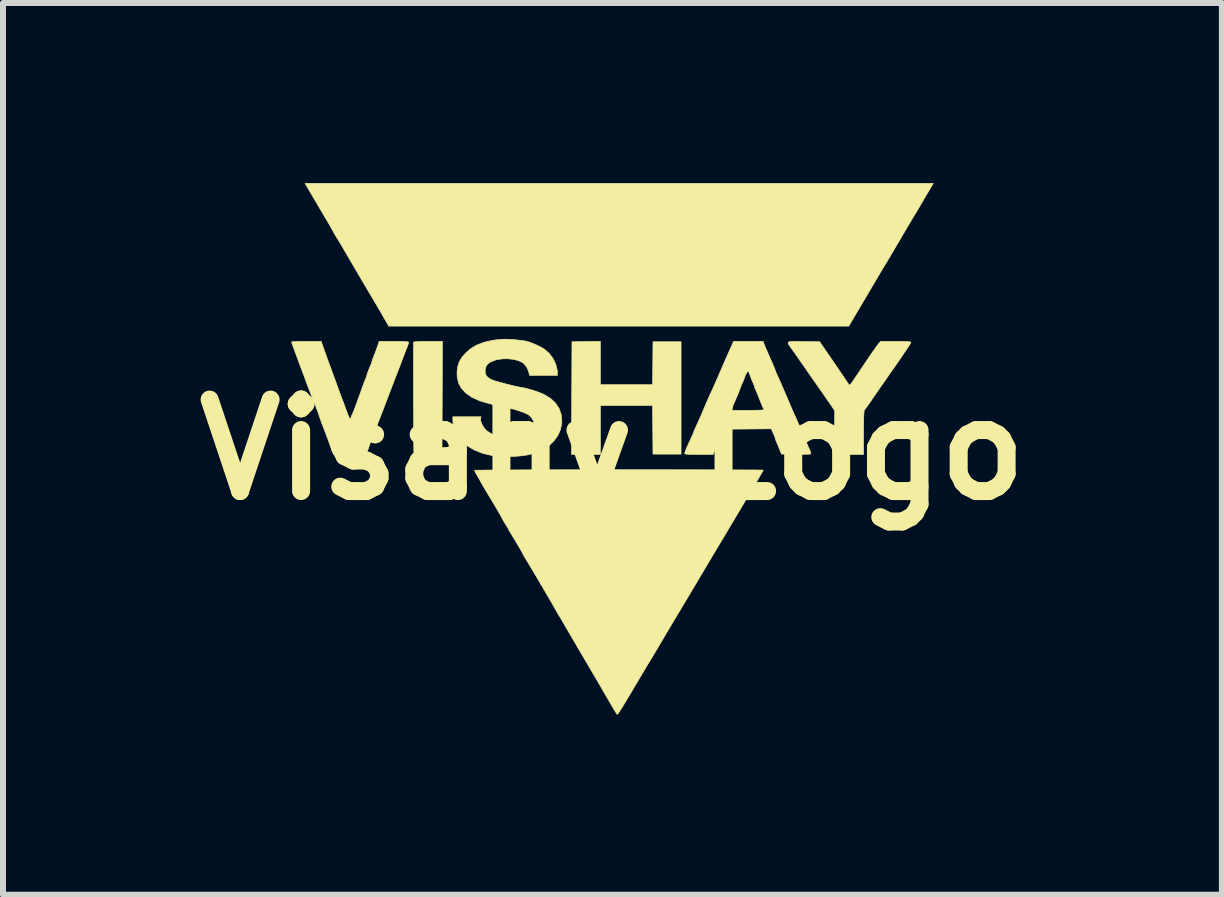
<source format=kicad_pcb>
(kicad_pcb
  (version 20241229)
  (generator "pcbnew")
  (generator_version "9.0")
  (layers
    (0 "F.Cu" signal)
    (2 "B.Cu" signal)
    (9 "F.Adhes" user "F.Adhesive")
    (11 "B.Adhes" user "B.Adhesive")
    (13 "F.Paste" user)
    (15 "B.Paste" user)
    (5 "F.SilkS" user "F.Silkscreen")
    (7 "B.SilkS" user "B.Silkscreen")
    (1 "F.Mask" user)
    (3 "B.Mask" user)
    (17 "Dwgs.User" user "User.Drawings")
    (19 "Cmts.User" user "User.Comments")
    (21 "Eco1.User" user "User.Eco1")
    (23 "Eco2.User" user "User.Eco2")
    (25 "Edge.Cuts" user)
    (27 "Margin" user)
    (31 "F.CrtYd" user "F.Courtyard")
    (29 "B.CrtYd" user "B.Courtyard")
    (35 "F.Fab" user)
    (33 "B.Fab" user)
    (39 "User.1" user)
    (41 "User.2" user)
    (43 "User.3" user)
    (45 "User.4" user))
  (footprint "Visahy_Logo"
    (layer "F.Cu")
    (at 7.156 4.443)
    (property "Reference" "Visahy_Logo" (at 0 0 0) (layer "F.SilkS") (effects (font (size 1.524 1.524) (thickness 0.3))))
    (attr through_hole)
    (fp_poly (pts (xy -0.201 -1.083) (xy 0.668 -1.083) (xy 0.672 -1.44) (xy 0.675 -1.798) (xy 1.143 -1.798) (xy 1.143 0.074) (xy 0.675 0.074) (xy 0.668 -0.735) (xy -0.201 -0.735) (xy -0.201 0.08) (xy -0.682 0.08) (xy -0.679 -0.859) (xy -0.675 -1.798) (xy -0.438 -1.802) (xy -0.201 -1.805) (xy -0.201 -1.083)) (stroke (width 0.01) (type solid)) (fill yes) (layer "F.SilkS"))
    (fp_poly (pts (xy -2.837 -0.866) (xy -2.841 0.074) (xy -3.07 0.077) (xy -3.153 0.078) (xy -3.221 0.077) (xy -3.272 0.074) (xy -3.302 0.071) (xy -3.308 0.068) (xy -3.309 0.054) (xy -3.31 0.015) (xy -3.311 -0.046) (xy -3.312 -0.125) (xy -3.312 -0.221) (xy -3.313 -0.332) (xy -3.314 -0.454) (xy -3.315 -0.585) (xy -3.315 -0.723) (xy -3.316 -0.865) (xy -3.316 -1.008) (xy -3.316 -1.15) (xy -3.317 -1.289) (xy -3.317 -1.422) (xy -3.316 -1.547) (xy -3.316 -1.66) (xy -3.316 -1.76) (xy -3.315 -1.791) (xy -3.302 -1.796) (xy -3.264 -1.8) (xy -3.203 -1.803) (xy -3.121 -1.805) (xy -3.075 -1.805) (xy -2.834 -1.805) (xy -2.837 -0.866)) (stroke (width 0.01) (type solid)) (fill yes) (layer "F.SilkS"))
    (fp_poly (pts (xy 5.293 -4.348) (xy 5.266 -4.302) (xy 5.243 -4.264) (xy 5.228 -4.24) (xy 5.227 -4.238) (xy 5.216 -4.218) (xy 5.194 -4.181) (xy 5.166 -4.133) (xy 5.145 -4.097) (xy 5.11 -4.037) (xy 5.073 -3.975) (xy 5.042 -3.923) (xy 5.03 -3.904) (xy 4.999 -3.852) (xy 4.963 -3.792) (xy 4.934 -3.743) (xy 4.887 -3.663) (xy 4.834 -3.573) (xy 4.778 -3.477) (xy 4.721 -3.381) (xy 4.667 -3.289) (xy 4.617 -3.205) (xy 4.575 -3.134) (xy 4.543 -3.081) (xy 4.539 -3.075) (xy 4.505 -3.019) (xy 4.463 -2.948) (xy 4.418 -2.872) (xy 4.375 -2.799) (xy 4.372 -2.794) (xy 4.328 -2.72) (xy 4.281 -2.64) (xy 4.236 -2.564) (xy 4.199 -2.501) (xy 4.198 -2.5) (xy 4.16 -2.436) (xy 4.115 -2.359) (xy 4.068 -2.28) (xy 4.03 -2.216) (xy 3.938 -2.059) (xy -3.729 -2.059) (xy -3.784 -2.156) (xy -3.81 -2.2) (xy -3.832 -2.239) (xy -3.853 -2.276) (xy -3.875 -2.313) (xy -3.899 -2.354) (xy -3.927 -2.402) (xy -3.961 -2.46) (xy -4.003 -2.531) (xy -4.055 -2.619) (xy -4.118 -2.725) (xy -4.131 -2.747) (xy -4.192 -2.851) (xy -4.254 -2.956) (xy -4.314 -3.059) (xy -4.369 -3.153) (xy -4.418 -3.236) (xy -4.457 -3.303) (xy -4.472 -3.329) (xy -4.508 -3.391) (xy -4.54 -3.445) (xy -4.565 -3.486) (xy -4.58 -3.511) (xy -4.584 -3.516) (xy -4.595 -3.531) (xy -4.612 -3.56) (xy -4.617 -3.569) (xy -4.677 -3.678) (xy -4.727 -3.766) (xy -4.746 -3.797) (xy -4.766 -3.831) (xy -4.796 -3.881) (xy -4.832 -3.943) (xy -4.871 -4.008) (xy -4.88 -4.024) (xy -4.921 -4.094) (xy -4.963 -4.165) (xy -5.001 -4.229) (xy -5.03 -4.279) (xy -5.034 -4.285) (xy -5.062 -4.333) (xy -5.087 -4.375) (xy -5.103 -4.405) (xy -5.105 -4.408) (xy -5.121 -4.438) (xy 5.346 -4.438) (xy 5.293 -4.348)) (stroke (width 0.01) (type solid)) (fill yes) (layer "F.SilkS"))
    (fp_poly (pts (xy 4.814 -1.804) (xy 4.883 -1.803) (xy 4.93 -1.8) (xy 4.958 -1.797) (xy 4.971 -1.791) (xy 4.973 -1.788) (xy 4.969 -1.779) (xy 4.959 -1.76) (xy 4.941 -1.73) (xy 4.913 -1.688) (xy 4.876 -1.633) (xy 4.828 -1.563) (xy 4.769 -1.476) (xy 4.696 -1.372) (xy 4.61 -1.249) (xy 4.518 -1.116) (xy 4.472 -1.051) (xy 4.418 -0.973) (xy 4.363 -0.893) (xy 4.318 -0.827) (xy 4.279 -0.77) (xy 4.244 -0.721) (xy 4.217 -0.684) (xy 4.201 -0.664) (xy 4.198 -0.662) (xy 4.194 -0.646) (xy 4.19 -0.603) (xy 4.187 -0.536) (xy 4.185 -0.444) (xy 4.184 -0.329) (xy 4.184 -0.287) (xy 4.184 0.08) (xy 3.703 0.08) (xy 3.703 -0.649) (xy 3.659 -0.716) (xy 3.633 -0.754) (xy 3.596 -0.807) (xy 3.555 -0.866) (xy 3.521 -0.916) (xy 3.484 -0.968) (xy 3.436 -1.037) (xy 3.381 -1.117) (xy 3.322 -1.2) (xy 3.265 -1.283) (xy 3.255 -1.297) (xy 3.2 -1.377) (xy 3.144 -1.456) (xy 3.092 -1.531) (xy 3.047 -1.596) (xy 3.012 -1.645) (xy 3.006 -1.653) (xy 2.969 -1.704) (xy 2.942 -1.743) (xy 2.928 -1.77) (xy 2.928 -1.788) (xy 2.946 -1.798) (xy 2.982 -1.803) (xy 3.039 -1.804) (xy 3.12 -1.803) (xy 3.182 -1.802) (xy 3.452 -1.798) (xy 3.673 -1.477) (xy 3.731 -1.393) (xy 3.784 -1.314) (xy 3.833 -1.243) (xy 3.872 -1.184) (xy 3.902 -1.14) (xy 3.919 -1.114) (xy 3.92 -1.112) (xy 3.94 -1.084) (xy 3.954 -1.078) (xy 3.964 -1.085) (xy 3.976 -1.101) (xy 4 -1.135) (xy 4.035 -1.186) (xy 4.079 -1.25) (xy 4.129 -1.324) (xy 4.184 -1.406) (xy 4.191 -1.417) (xy 4.247 -1.5) (xy 4.3 -1.578) (xy 4.348 -1.647) (xy 4.388 -1.704) (xy 4.418 -1.745) (xy 4.435 -1.767) (xy 4.436 -1.768) (xy 4.47 -1.805) (xy 4.722 -1.805) (xy 4.814 -1.804)) (stroke (width 0.01) (type solid)) (fill yes) (layer "F.SilkS"))
    (fp_poly (pts (xy -1.714 -1.839) (xy -1.632 -1.833) (xy -1.534 -1.822) (xy -1.455 -1.811) (xy -1.408 -1.8) (xy -1.346 -1.778) (xy -1.278 -1.75) (xy -1.21 -1.718) (xy -1.152 -1.686) (xy -1.132 -1.673) (xy -1.055 -1.605) (xy -0.992 -1.521) (xy -0.946 -1.426) (xy -0.921 -1.327) (xy -0.918 -1.295) (xy -0.916 -1.237) (xy -1.382 -1.237) (xy -1.394 -1.29) (xy -1.422 -1.364) (xy -1.47 -1.427) (xy -1.503 -1.454) (xy -1.568 -1.484) (xy -1.651 -1.505) (xy -1.743 -1.515) (xy -1.837 -1.513) (xy -1.925 -1.5) (xy -1.975 -1.485) (xy -2.04 -1.456) (xy -2.083 -1.424) (xy -2.108 -1.384) (xy -2.121 -1.33) (xy -2.121 -1.329) (xy -2.12 -1.271) (xy -2.099 -1.226) (xy -2.057 -1.189) (xy -2.016 -1.167) (xy -1.982 -1.154) (xy -1.928 -1.137) (xy -1.86 -1.118) (xy -1.784 -1.098) (xy -1.706 -1.078) (xy -1.632 -1.06) (xy -1.568 -1.046) (xy -1.52 -1.037) (xy -1.512 -1.036) (xy -1.452 -1.025) (xy -1.378 -1.005) (xy -1.297 -0.981) (xy -1.219 -0.953) (xy -1.153 -0.926) (xy -1.139 -0.919) (xy -1.033 -0.855) (xy -0.95 -0.778) (xy -0.891 -0.689) (xy -0.855 -0.589) (xy -0.844 -0.477) (xy -0.845 -0.441) (xy -0.866 -0.334) (xy -0.911 -0.235) (xy -0.977 -0.144) (xy -1.063 -0.064) (xy -1.167 0.003) (xy -1.286 0.055) (xy -1.404 0.086) (xy -1.528 0.104) (xy -1.665 0.114) (xy -1.807 0.114) (xy -1.941 0.105) (xy -2.025 0.094) (xy -2.167 0.06) (xy -2.295 0.009) (xy -2.407 -0.055) (xy -2.5 -0.132) (xy -2.574 -0.22) (xy -2.626 -0.317) (xy -2.655 -0.422) (xy -2.66 -0.491) (xy -2.66 -0.548) (xy -2.19 -0.548) (xy -2.197 -0.518) (xy -2.196 -0.482) (xy -2.18 -0.435) (xy -2.154 -0.385) (xy -2.122 -0.34) (xy -2.099 -0.316) (xy -2.017 -0.264) (xy -1.919 -0.227) (xy -1.81 -0.206) (xy -1.695 -0.203) (xy -1.581 -0.216) (xy -1.472 -0.247) (xy -1.433 -0.263) (xy -1.372 -0.304) (xy -1.33 -0.358) (xy -1.311 -0.42) (xy -1.31 -0.437) (xy -1.322 -0.489) (xy -1.354 -0.54) (xy -1.4 -0.582) (xy -1.406 -0.585) (xy -1.448 -0.606) (xy -1.507 -0.63) (xy -1.575 -0.653) (xy -1.643 -0.673) (xy -1.701 -0.687) (xy -1.714 -0.689) (xy -1.768 -0.699) (xy -1.839 -0.714) (xy -1.921 -0.734) (xy -2.006 -0.755) (xy -2.088 -0.777) (xy -2.16 -0.798) (xy -2.215 -0.816) (xy -2.231 -0.821) (xy -2.351 -0.878) (xy -2.447 -0.946) (xy -2.518 -1.024) (xy -2.565 -1.112) (xy -2.588 -1.212) (xy -2.59 -1.298) (xy -2.578 -1.389) (xy -2.552 -1.466) (xy -2.509 -1.537) (xy -2.45 -1.606) (xy -2.364 -1.682) (xy -2.263 -1.743) (xy -2.145 -1.788) (xy -2.008 -1.82) (xy -1.923 -1.832) (xy -1.854 -1.838) (xy -1.786 -1.841) (xy -1.714 -1.839)) (stroke (width 0.01) (type solid)) (fill yes) (layer "F.SilkS"))
    (fp_poly (pts (xy -4.839 -1.761) (xy -4.828 -1.731) (xy -4.811 -1.682) (xy -4.79 -1.624) (xy -4.774 -1.577) (xy -4.747 -1.503) (xy -4.716 -1.417) (xy -4.684 -1.332) (xy -4.667 -1.283) (xy -4.638 -1.207) (xy -4.608 -1.124) (xy -4.58 -1.046) (xy -4.564 -1.003) (xy -4.541 -0.939) (xy -4.518 -0.877) (xy -4.499 -0.826) (xy -4.492 -0.809) (xy -4.475 -0.765) (xy -4.454 -0.706) (xy -4.431 -0.643) (xy -4.424 -0.625) (xy -4.401 -0.564) (xy -4.381 -0.525) (xy -4.367 -0.508) (xy -4.36 -0.515) (xy -4.358 -0.532) (xy -4.352 -0.56) (xy -4.346 -0.569) (xy -4.336 -0.587) (xy -4.318 -0.63) (xy -4.293 -0.695) (xy -4.261 -0.782) (xy -4.222 -0.888) (xy -4.177 -1.014) (xy -4.172 -1.029) (xy -4.15 -1.089) (xy -4.13 -1.141) (xy -4.115 -1.18) (xy -4.108 -1.197) (xy -4.097 -1.22) (xy -4.095 -1.23) (xy -4.092 -1.246) (xy -4.081 -1.28) (xy -4.065 -1.322) (xy -4.049 -1.364) (xy -4.034 -1.4) (xy -4.023 -1.421) (xy -4.022 -1.423) (xy -4.012 -1.447) (xy -4.011 -1.456) (xy -4.006 -1.479) (xy -3.993 -1.517) (xy -3.978 -1.557) (xy -3.954 -1.617) (xy -3.929 -1.683) (xy -3.916 -1.721) (xy -3.887 -1.805) (xy -3.641 -1.805) (xy -3.542 -1.804) (xy -3.469 -1.802) (xy -3.421 -1.798) (xy -3.398 -1.793) (xy -3.396 -1.79) (xy -3.4 -1.771) (xy -3.412 -1.735) (xy -3.428 -1.693) (xy -3.45 -1.639) (xy -3.475 -1.573) (xy -3.499 -1.509) (xy -3.501 -1.504) (xy -3.527 -1.436) (xy -3.556 -1.359) (xy -3.583 -1.29) (xy -3.583 -1.29) (xy -3.609 -1.223) (xy -3.637 -1.15) (xy -3.662 -1.085) (xy -3.663 -1.083) (xy -3.694 -1) (xy -3.733 -0.899) (xy -3.776 -0.786) (xy -3.821 -0.668) (xy -3.866 -0.551) (xy -3.909 -0.442) (xy -3.924 -0.401) (xy -3.97 -0.284) (xy -4.008 -0.183) (xy -4.043 -0.09) (xy -4.068 -0.02) (xy -4.102 0.074) (xy -4.374 0.077) (xy -4.646 0.081) (xy -4.662 0.044) (xy -4.675 0.01) (xy -4.693 -0.036) (xy -4.704 -0.067) (xy -4.718 -0.107) (xy -4.739 -0.165) (xy -4.765 -0.233) (xy -4.792 -0.305) (xy -4.798 -0.321) (xy -4.824 -0.389) (xy -4.848 -0.451) (xy -4.866 -0.502) (xy -4.878 -0.535) (xy -4.88 -0.541) (xy -4.89 -0.574) (xy -4.908 -0.625) (xy -4.931 -0.685) (xy -4.955 -0.749) (xy -4.978 -0.808) (xy -4.997 -0.855) (xy -5.006 -0.876) (xy -5.018 -0.904) (xy -5.036 -0.951) (xy -5.058 -1.009) (xy -5.081 -1.069) (xy -5.107 -1.139) (xy -5.132 -1.207) (xy -5.154 -1.267) (xy -5.168 -1.303) (xy -5.215 -1.429) (xy -5.253 -1.533) (xy -5.284 -1.615) (xy -5.307 -1.679) (xy -5.325 -1.726) (xy -5.337 -1.76) (xy -5.344 -1.781) (xy -5.347 -1.792) (xy -5.347 -1.795) (xy -5.335 -1.798) (xy -5.299 -1.801) (xy -5.246 -1.803) (xy -5.178 -1.804) (xy -5.101 -1.805) (xy -4.855 -1.805) (xy -4.839 -1.761)) (stroke (width 0.01) (type solid)) (fill yes) (layer "F.SilkS"))
    (fp_poly (pts (xy 2.526 -1.761) (xy 2.54 -1.726) (xy 2.56 -1.678) (xy 2.581 -1.631) (xy 2.626 -1.528) (xy 2.661 -1.449) (xy 2.686 -1.389) (xy 2.703 -1.349) (xy 2.712 -1.326) (xy 2.714 -1.318) (xy 2.719 -1.303) (xy 2.733 -1.27) (xy 2.753 -1.227) (xy 2.753 -1.226) (xy 2.771 -1.187) (xy 2.797 -1.129) (xy 2.828 -1.057) (xy 2.862 -0.978) (xy 2.895 -0.902) (xy 2.929 -0.823) (xy 2.961 -0.747) (xy 2.99 -0.68) (xy 3.013 -0.627) (xy 3.027 -0.595) (xy 3.063 -0.517) (xy 3.093 -0.448) (xy 3.118 -0.392) (xy 3.134 -0.352) (xy 3.141 -0.332) (xy 3.142 -0.331) (xy 3.147 -0.316) (xy 3.16 -0.283) (xy 3.18 -0.238) (xy 3.186 -0.225) (xy 3.21 -0.171) (xy 3.232 -0.121) (xy 3.248 -0.083) (xy 3.249 -0.08) (xy 3.269 -0.034) (xy 3.29 0.012) (xy 3.291 0.013) (xy 3.303 0.046) (xy 3.305 0.068) (xy 3.303 0.071) (xy 3.287 0.074) (xy 3.249 0.076) (xy 3.193 0.077) (xy 3.124 0.078) (xy 3.055 0.077) (xy 2.816 0.074) (xy 2.784 -0.007) (xy 2.764 -0.057) (xy 2.744 -0.103) (xy 2.733 -0.129) (xy 2.72 -0.161) (xy 2.714 -0.183) (xy 2.714 -0.184) (xy 2.709 -0.203) (xy 2.695 -0.237) (xy 2.679 -0.273) (xy 2.645 -0.348) (xy 2.249 -0.344) (xy 1.852 -0.341) (xy 1.678 0.08) (xy 1.44 0.08) (xy 1.353 0.08) (xy 1.289 0.079) (xy 1.246 0.076) (xy 1.219 0.073) (xy 1.206 0.067) (xy 1.203 0.062) (xy 1.209 0.039) (xy 1.225 -0.004) (xy 1.251 -0.065) (xy 1.285 -0.139) (xy 1.318 -0.209) (xy 1.335 -0.247) (xy 1.347 -0.275) (xy 1.35 -0.284) (xy 1.352 -0.291) (xy 1.358 -0.307) (xy 1.37 -0.335) (xy 1.389 -0.378) (xy 1.417 -0.439) (xy 1.454 -0.521) (xy 1.46 -0.535) (xy 1.477 -0.572) (xy 1.5 -0.627) (xy 1.512 -0.655) (xy 1.979 -0.655) (xy 2.253 -0.655) (xy 2.335 -0.656) (xy 2.407 -0.657) (xy 2.466 -0.659) (xy 2.507 -0.662) (xy 2.526 -0.665) (xy 2.527 -0.666) (xy 2.519 -0.685) (xy 2.515 -0.689) (xy 2.506 -0.706) (xy 2.49 -0.743) (xy 2.469 -0.792) (xy 2.453 -0.834) (xy 2.43 -0.893) (xy 2.409 -0.946) (xy 2.392 -0.986) (xy 2.385 -1.001) (xy 2.371 -1.031) (xy 2.366 -1.05) (xy 2.361 -1.07) (xy 2.347 -1.104) (xy 2.341 -1.117) (xy 2.321 -1.162) (xy 2.301 -1.216) (xy 2.292 -1.24) (xy 2.278 -1.278) (xy 2.265 -1.304) (xy 2.259 -1.31) (xy 2.248 -1.299) (xy 2.232 -1.273) (xy 2.215 -1.24) (xy 2.203 -1.209) (xy 2.2 -1.198) (xy 2.193 -1.178) (xy 2.179 -1.143) (xy 2.17 -1.123) (xy 2.147 -1.071) (xy 2.126 -1.016) (xy 2.121 -1.003) (xy 2.104 -0.955) (xy 2.081 -0.899) (xy 2.067 -0.869) (xy 2.043 -0.813) (xy 2.017 -0.753) (xy 2.006 -0.725) (xy 1.979 -0.655) (xy 1.512 -0.655) (xy 1.526 -0.689) (xy 1.546 -0.735) (xy 1.573 -0.8) (xy 1.601 -0.863) (xy 1.624 -0.916) (xy 1.637 -0.942) (xy 1.658 -0.987) (xy 1.684 -1.045) (xy 1.711 -1.106) (xy 1.719 -1.123) (xy 1.797 -1.304) (xy 1.869 -1.47) (xy 1.94 -1.63) (xy 1.984 -1.728) (xy 2.018 -1.805) (xy 2.51 -1.805) (xy 2.526 -1.761)) (stroke (width 0.01) (type solid)) (fill yes) (layer "F.SilkS"))
    (fp_poly (pts (xy 0.358 0.334) (xy 0.603 0.334) (xy 0.838 0.334) (xy 1.064 0.335) (xy 1.278 0.335) (xy 1.48 0.335) (xy 1.668 0.336) (xy 1.841 0.336) (xy 1.997 0.337) (xy 2.135 0.337) (xy 2.253 0.338) (xy 2.351 0.338) (xy 2.428 0.339) (xy 2.48 0.339) (xy 2.509 0.34) (xy 2.513 0.34) (xy 2.507 0.353) (xy 2.488 0.386) (xy 2.46 0.435) (xy 2.424 0.497) (xy 2.382 0.568) (xy 2.336 0.646) (xy 2.288 0.727) (xy 2.254 0.785) (xy 2.23 0.824) (xy 2.198 0.879) (xy 2.16 0.942) (xy 2.127 0.999) (xy 2.048 1.131) (xy 1.974 1.255) (xy 1.907 1.367) (xy 1.85 1.464) (xy 1.803 1.542) (xy 1.781 1.577) (xy 1.758 1.616) (xy 1.724 1.674) (xy 1.681 1.746) (xy 1.632 1.828) (xy 1.58 1.916) (xy 1.531 1.999) (xy 1.476 2.09) (xy 1.412 2.199) (xy 1.34 2.319) (xy 1.265 2.445) (xy 1.189 2.572) (xy 1.117 2.693) (xy 1.08 2.754) (xy 1.019 2.856) (xy 0.96 2.956) (xy 0.904 3.049) (xy 0.855 3.132) (xy 0.814 3.202) (xy 0.782 3.255) (xy 0.763 3.289) (xy 0.728 3.348) (xy 0.686 3.418) (xy 0.646 3.485) (xy 0.635 3.503) (xy 0.608 3.546) (xy 0.571 3.608) (xy 0.526 3.684) (xy 0.475 3.768) (xy 0.423 3.857) (xy 0.387 3.917) (xy 0.312 4.044) (xy 0.249 4.149) (xy 0.198 4.234) (xy 0.157 4.301) (xy 0.126 4.35) (xy 0.104 4.384) (xy 0.089 4.404) (xy 0.082 4.411) (xy 0.081 4.411) (xy 0.071 4.401) (xy 0.052 4.373) (xy 0.028 4.334) (xy 0.007 4.299) (xy -0.024 4.245) (xy -0.063 4.179) (xy -0.106 4.104) (xy -0.152 4.026) (xy -0.157 4.017) (xy -0.208 3.928) (xy -0.265 3.832) (xy -0.321 3.736) (xy -0.372 3.649) (xy -0.407 3.589) (xy -0.452 3.512) (xy -0.501 3.43) (xy -0.547 3.351) (xy -0.586 3.285) (xy -0.595 3.269) (xy -0.633 3.203) (xy -0.674 3.134) (xy -0.71 3.072) (xy -0.728 3.041) (xy -0.763 2.983) (xy -0.799 2.92) (xy -0.829 2.868) (xy -0.854 2.825) (xy -0.874 2.791) (xy -0.886 2.774) (xy -0.899 2.754) (xy -0.917 2.722) (xy -0.92 2.716) (xy -0.934 2.691) (xy -0.959 2.647) (xy -0.994 2.586) (xy -1.037 2.512) (xy -1.085 2.429) (xy -1.137 2.34) (xy -1.191 2.248) (xy -1.244 2.158) (xy -1.295 2.071) (xy -1.342 1.992) (xy -1.383 1.924) (xy -1.415 1.871) (xy -1.433 1.842) (xy -1.461 1.795) (xy -1.483 1.758) (xy -1.496 1.734) (xy -1.497 1.73) (xy -1.504 1.714) (xy -1.524 1.679) (xy -1.555 1.625) (xy -1.597 1.554) (xy -1.648 1.47) (xy -1.687 1.407) (xy -1.712 1.366) (xy -1.73 1.333) (xy -1.738 1.317) (xy -1.738 1.316) (xy -1.745 1.302) (xy -1.763 1.272) (xy -1.785 1.237) (xy -1.809 1.2) (xy -1.826 1.171) (xy -1.831 1.158) (xy -1.838 1.145) (xy -1.856 1.113) (xy -1.882 1.066) (xy -1.916 1.009) (xy -1.953 0.945) (xy -1.992 0.88) (xy -2.03 0.816) (xy -2.065 0.758) (xy -2.079 0.735) (xy -2.112 0.68) (xy -2.143 0.628) (xy -2.169 0.585) (xy -2.186 0.554) (xy -2.192 0.542) (xy -2.199 0.529) (xy -2.215 0.499) (xy -2.239 0.458) (xy -2.246 0.446) (xy -2.271 0.402) (xy -2.29 0.367) (xy -2.299 0.346) (xy -2.299 0.344) (xy -2.286 0.343) (xy -2.248 0.342) (xy -2.185 0.341) (xy -2.1 0.34) (xy -1.993 0.339) (xy -1.866 0.339) (xy -1.721 0.338) (xy -1.558 0.337) (xy -1.379 0.336) (xy -1.185 0.336) (xy -0.978 0.335) (xy -0.759 0.335) (xy -0.529 0.335) (xy -0.289 0.334) (xy -0.042 0.334) (xy 0.107 0.334) (xy 0.358 0.334)) (stroke (width 0.01) (type solid)) (fill yes) (layer "F.SilkS")))
  (gr_rect
    (start -3 -3)
    (end 17.311 11.86)
    (stroke (width 0.1) (type default))
    (fill no)
    (layer "Edge.Cuts")))
</source>
